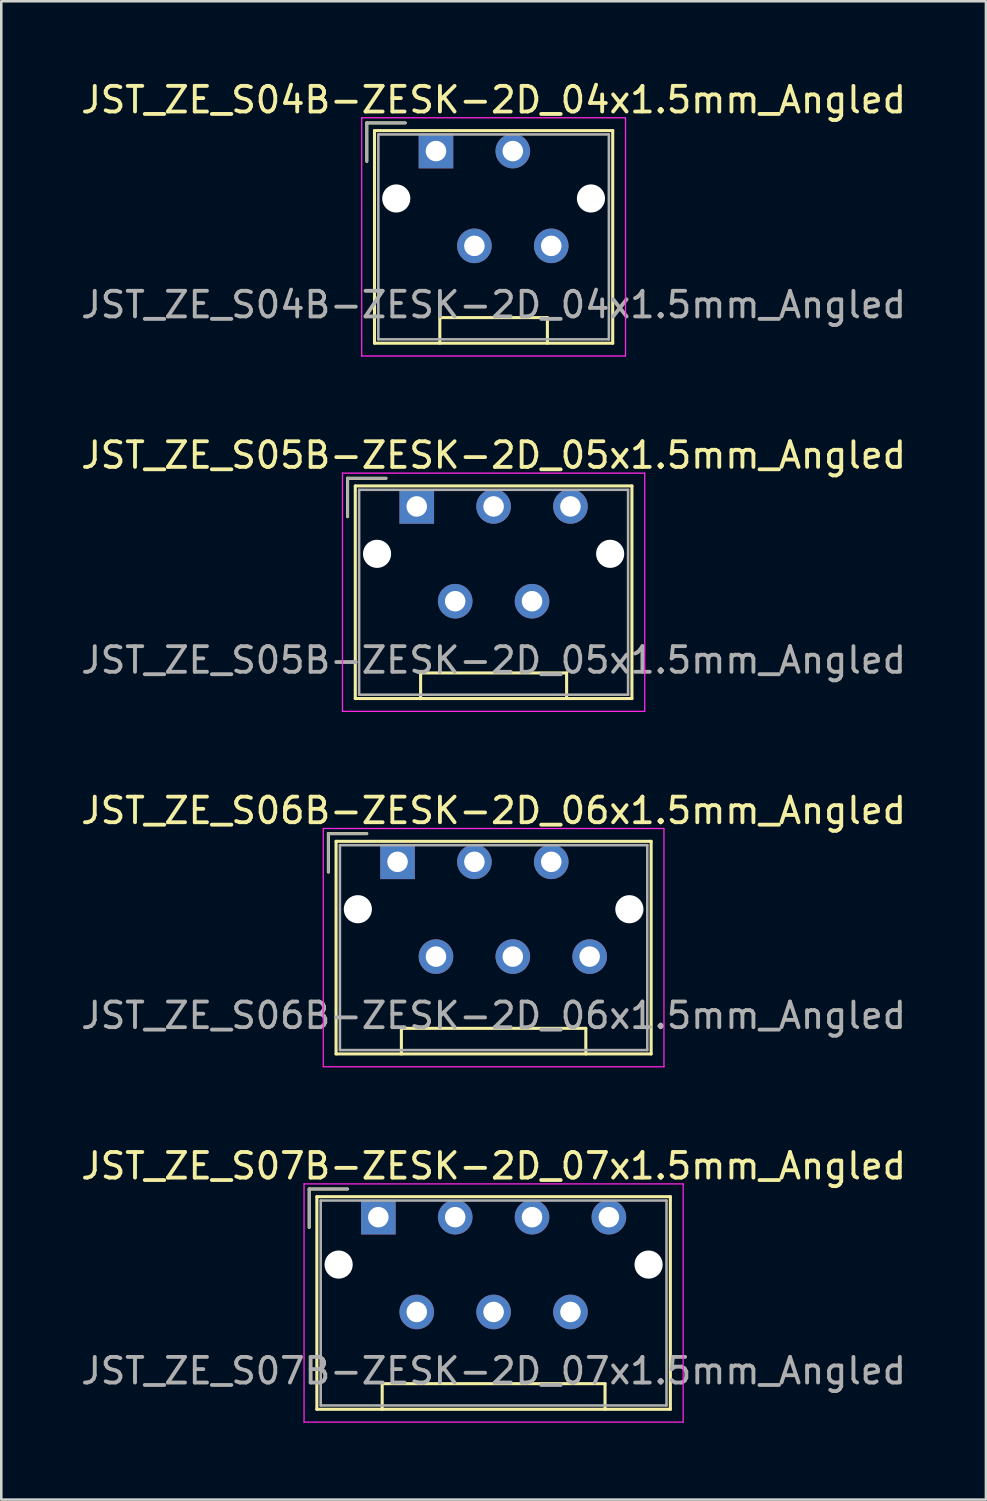
<source format=kicad_pcb>
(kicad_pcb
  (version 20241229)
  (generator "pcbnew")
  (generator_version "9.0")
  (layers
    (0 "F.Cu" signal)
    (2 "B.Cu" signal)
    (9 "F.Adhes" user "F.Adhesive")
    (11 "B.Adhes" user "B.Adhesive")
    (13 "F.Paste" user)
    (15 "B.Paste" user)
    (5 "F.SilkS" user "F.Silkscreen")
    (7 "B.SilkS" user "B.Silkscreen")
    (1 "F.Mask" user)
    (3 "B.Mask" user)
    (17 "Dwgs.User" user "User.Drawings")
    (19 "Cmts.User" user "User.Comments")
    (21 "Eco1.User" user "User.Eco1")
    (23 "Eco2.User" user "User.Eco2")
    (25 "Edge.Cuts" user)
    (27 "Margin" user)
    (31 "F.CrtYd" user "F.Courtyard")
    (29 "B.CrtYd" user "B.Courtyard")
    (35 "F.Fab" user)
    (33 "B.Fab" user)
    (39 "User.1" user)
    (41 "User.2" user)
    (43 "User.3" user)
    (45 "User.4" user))
  (footprint "JST_ZE_S06B-ZESK-2D_06x1.5mm_Angled"
    (layer "F.Cu")
    (at 12.47 30.595)
    (property "Reference" "JST_ZE_S06B-ZESK-2D_06x1.5mm_Angled" (at 3.75 -2 0) (layer "F.SilkS") (effects (font (size 1 1) (thickness 0.15))))
    (attr through_hole)
    (fp_line (start -2.7 -1.1) (end -1.2 -1.1) (stroke (width 0.12) (type solid)) (layer "F.SilkS"))
    (fp_line (start -2.7 0.4) (end -2.7 -1.1) (stroke (width 0.12) (type solid)) (layer "F.SilkS"))
    (fp_line (start -2.4 -0.8) (end -2.4 7.5) (stroke (width 0.12) (type solid)) (layer "F.SilkS"))
    (fp_line (start -2.4 7.5) (end 9.9 7.5) (stroke (width 0.12) (type solid)) (layer "F.SilkS"))
    (fp_line (start 0.15 6.5) (end 7.35 6.5) (stroke (width 0.12) (type solid)) (layer "F.SilkS"))
    (fp_line (start 0.15 7.5) (end 0.15 6.5) (stroke (width 0.12) (type solid)) (layer "F.SilkS"))
    (fp_line (start 7.35 6.5) (end 7.35 7.5) (stroke (width 0.12) (type solid)) (layer "F.SilkS"))
    (fp_line (start 9.9 -0.8) (end -2.4 -0.8) (stroke (width 0.12) (type solid)) (layer "F.SilkS"))
    (fp_line (start 9.9 7.5) (end 9.9 -0.8) (stroke (width 0.12) (type solid)) (layer "F.SilkS"))
    (fp_line (start -2.9 -1.3) (end -2.9 8) (stroke (width 0.05) (type solid)) (layer "F.CrtYd"))
    (fp_line (start -2.9 8) (end 10.4 8) (stroke (width 0.05) (type solid)) (layer "F.CrtYd"))
    (fp_line (start 10.4 -1.3) (end -2.9 -1.3) (stroke (width 0.05) (type solid)) (layer "F.CrtYd"))
    (fp_line (start 10.4 8) (end 10.4 -1.3) (stroke (width 0.05) (type solid)) (layer "F.CrtYd"))
    (fp_line (start -2.7 -1.1) (end -1.2 -1.1) (stroke (width 0.1) (type solid)) (layer "F.Fab"))
    (fp_line (start -2.7 0.4) (end -2.7 -1.1) (stroke (width 0.1) (type solid)) (layer "F.Fab"))
    (fp_line (start -2.25 -0.65) (end -2.25 7.35) (stroke (width 0.1) (type solid)) (layer "F.Fab"))
    (fp_line (start -2.25 7.35) (end 9.75 7.35) (stroke (width 0.1) (type solid)) (layer "F.Fab"))
    (fp_line (start 9.75 -0.65) (end -2.25 -0.65) (stroke (width 0.1) (type solid)) (layer "F.Fab"))
    (fp_line (start 9.75 7.35) (end 9.75 -0.65) (stroke (width 0.1) (type solid)) (layer "F.Fab"))
    (fp_text user "${REFERENCE}" (at 3.75 6 0) (layer "F.Fab") (effects (font (size 1 1) (thickness 0.15))))
    (pad "" np_thru_hole circle (at -1.55 1.85) (size 1.1 1.1) (drill 1.1) (layers "*.Cu"))
    (pad "" np_thru_hole circle (at 9.05 1.85) (size 1.1 1.1) (drill 1.1) (layers "*.Cu"))
    (pad "1" thru_hole rect (at 0 0) (size 1.35 1.35) (drill 0.8) (layers "*.Cu" "*.Mask"))
    (pad "2" thru_hole circle (at 1.5 3.7) (size 1.35 1.35) (drill 0.8) (layers "*.Cu" "*.Mask"))
    (pad "3" thru_hole circle (at 3 0) (size 1.35 1.35) (drill 0.8) (layers "*.Cu" "*.Mask"))
    (pad "4" thru_hole circle (at 4.5 3.7) (size 1.35 1.35) (drill 0.8) (layers "*.Cu" "*.Mask"))
    (pad "5" thru_hole circle (at 6 0) (size 1.35 1.35) (drill 0.8) (layers "*.Cu" "*.Mask"))
    (pad "6" thru_hole circle (at 7.5 3.7) (size 1.35 1.35) (drill 0.8) (layers "*.Cu" "*.Mask")))
  (footprint "JST_ZE_S05B-ZESK-2D_05x1.5mm_Angled"
    (layer "F.Cu")
    (at 13.22 16.721)
    (property "Reference" "JST_ZE_S05B-ZESK-2D_05x1.5mm_Angled" (at 3 -2 0) (layer "F.SilkS") (effects (font (size 1 1) (thickness 0.15))))
    (attr through_hole)
    (fp_line (start -2.7 -1.1) (end -1.2 -1.1) (stroke (width 0.12) (type solid)) (layer "F.SilkS"))
    (fp_line (start -2.7 0.4) (end -2.7 -1.1) (stroke (width 0.12) (type solid)) (layer "F.SilkS"))
    (fp_line (start -2.4 -0.8) (end -2.4 7.5) (stroke (width 0.12) (type solid)) (layer "F.SilkS"))
    (fp_line (start -2.4 7.5) (end 8.4 7.5) (stroke (width 0.12) (type solid)) (layer "F.SilkS"))
    (fp_line (start 0.15 6.5) (end 5.85 6.5) (stroke (width 0.12) (type solid)) (layer "F.SilkS"))
    (fp_line (start 0.15 7.5) (end 0.15 6.5) (stroke (width 0.12) (type solid)) (layer "F.SilkS"))
    (fp_line (start 5.85 6.5) (end 5.85 7.5) (stroke (width 0.12) (type solid)) (layer "F.SilkS"))
    (fp_line (start 8.4 -0.8) (end -2.4 -0.8) (stroke (width 0.12) (type solid)) (layer "F.SilkS"))
    (fp_line (start 8.4 7.5) (end 8.4 -0.8) (stroke (width 0.12) (type solid)) (layer "F.SilkS"))
    (fp_line (start -2.9 -1.3) (end -2.9 8) (stroke (width 0.05) (type solid)) (layer "F.CrtYd"))
    (fp_line (start -2.9 8) (end 8.9 8) (stroke (width 0.05) (type solid)) (layer "F.CrtYd"))
    (fp_line (start 8.9 -1.3) (end -2.9 -1.3) (stroke (width 0.05) (type solid)) (layer "F.CrtYd"))
    (fp_line (start 8.9 8) (end 8.9 -1.3) (stroke (width 0.05) (type solid)) (layer "F.CrtYd"))
    (fp_line (start -2.7 -1.1) (end -1.2 -1.1) (stroke (width 0.1) (type solid)) (layer "F.Fab"))
    (fp_line (start -2.7 0.4) (end -2.7 -1.1) (stroke (width 0.1) (type solid)) (layer "F.Fab"))
    (fp_line (start -2.25 -0.65) (end -2.25 7.35) (stroke (width 0.1) (type solid)) (layer "F.Fab"))
    (fp_line (start -2.25 7.35) (end 8.25 7.35) (stroke (width 0.1) (type solid)) (layer "F.Fab"))
    (fp_line (start 8.25 -0.65) (end -2.25 -0.65) (stroke (width 0.1) (type solid)) (layer "F.Fab"))
    (fp_line (start 8.25 7.35) (end 8.25 -0.65) (stroke (width 0.1) (type solid)) (layer "F.Fab"))
    (fp_text user "${REFERENCE}" (at 3 6 0) (layer "F.Fab") (effects (font (size 1 1) (thickness 0.15))))
    (pad "" np_thru_hole circle (at -1.55 1.85) (size 1.1 1.1) (drill 1.1) (layers "*.Cu"))
    (pad "" np_thru_hole circle (at 7.55 1.85) (size 1.1 1.1) (drill 1.1) (layers "*.Cu"))
    (pad "1" thru_hole rect (at 0 0) (size 1.35 1.35) (drill 0.8) (layers "*.Cu" "*.Mask"))
    (pad "2" thru_hole circle (at 1.5 3.7) (size 1.35 1.35) (drill 0.8) (layers "*.Cu" "*.Mask"))
    (pad "3" thru_hole circle (at 3 0) (size 1.35 1.35) (drill 0.8) (layers "*.Cu" "*.Mask"))
    (pad "4" thru_hole circle (at 4.5 3.7) (size 1.35 1.35) (drill 0.8) (layers "*.Cu" "*.Mask"))
    (pad "5" thru_hole circle (at 6 0) (size 1.35 1.35) (drill 0.8) (layers "*.Cu" "*.Mask")))
  (footprint "JST_ZE_S04B-ZESK-2D_04x1.5mm_Angled"
    (layer "F.Cu")
    (at 13.97 2.848)
    (property "Reference" "JST_ZE_S04B-ZESK-2D_04x1.5mm_Angled" (at 2.25 -2 0) (layer "F.SilkS") (effects (font (size 1 1) (thickness 0.15))))
    (attr through_hole)
    (fp_line (start -2.7 -1.1) (end -1.2 -1.1) (stroke (width 0.12) (type solid)) (layer "F.SilkS"))
    (fp_line (start -2.7 0.4) (end -2.7 -1.1) (stroke (width 0.12) (type solid)) (layer "F.SilkS"))
    (fp_line (start -2.4 -0.8) (end -2.4 7.5) (stroke (width 0.12) (type solid)) (layer "F.SilkS"))
    (fp_line (start -2.4 7.5) (end 6.9 7.5) (stroke (width 0.12) (type solid)) (layer "F.SilkS"))
    (fp_line (start 0.15 6.5) (end 4.35 6.5) (stroke (width 0.12) (type solid)) (layer "F.SilkS"))
    (fp_line (start 0.15 7.5) (end 0.15 6.5) (stroke (width 0.12) (type solid)) (layer "F.SilkS"))
    (fp_line (start 4.35 6.5) (end 4.35 7.5) (stroke (width 0.12) (type solid)) (layer "F.SilkS"))
    (fp_line (start 6.9 -0.8) (end -2.4 -0.8) (stroke (width 0.12) (type solid)) (layer "F.SilkS"))
    (fp_line (start 6.9 7.5) (end 6.9 -0.8) (stroke (width 0.12) (type solid)) (layer "F.SilkS"))
    (fp_line (start -2.9 -1.3) (end -2.9 8) (stroke (width 0.05) (type solid)) (layer "F.CrtYd"))
    (fp_line (start -2.9 8) (end 7.4 8) (stroke (width 0.05) (type solid)) (layer "F.CrtYd"))
    (fp_line (start 7.4 -1.3) (end -2.9 -1.3) (stroke (width 0.05) (type solid)) (layer "F.CrtYd"))
    (fp_line (start 7.4 8) (end 7.4 -1.3) (stroke (width 0.05) (type solid)) (layer "F.CrtYd"))
    (fp_line (start -2.7 -1.1) (end -1.2 -1.1) (stroke (width 0.1) (type solid)) (layer "F.Fab"))
    (fp_line (start -2.7 0.4) (end -2.7 -1.1) (stroke (width 0.1) (type solid)) (layer "F.Fab"))
    (fp_line (start -2.25 -0.65) (end -2.25 7.35) (stroke (width 0.1) (type solid)) (layer "F.Fab"))
    (fp_line (start -2.25 7.35) (end 6.75 7.35) (stroke (width 0.1) (type solid)) (layer "F.Fab"))
    (fp_line (start 6.75 -0.65) (end -2.25 -0.65) (stroke (width 0.1) (type solid)) (layer "F.Fab"))
    (fp_line (start 6.75 7.35) (end 6.75 -0.65) (stroke (width 0.1) (type solid)) (layer "F.Fab"))
    (fp_text user "${REFERENCE}" (at 2.25 6 0) (layer "F.Fab") (effects (font (size 1 1) (thickness 0.15))))
    (pad "" np_thru_hole circle (at -1.55 1.85) (size 1.1 1.1) (drill 1.1) (layers "*.Cu"))
    (pad "" np_thru_hole circle (at 6.05 1.85) (size 1.1 1.1) (drill 1.1) (layers "*.Cu"))
    (pad "1" thru_hole rect (at 0 0) (size 1.35 1.35) (drill 0.8) (layers "*.Cu" "*.Mask"))
    (pad "2" thru_hole circle (at 1.5 3.7) (size 1.35 1.35) (drill 0.8) (layers "*.Cu" "*.Mask"))
    (pad "3" thru_hole circle (at 3 0) (size 1.35 1.35) (drill 0.8) (layers "*.Cu" "*.Mask"))
    (pad "4" thru_hole circle (at 4.5 3.7) (size 1.35 1.35) (drill 0.8) (layers "*.Cu" "*.Mask")))
  (footprint "JST_ZE_S07B-ZESK-2D_07x1.5mm_Angled"
    (layer "F.Cu")
    (at 11.72 44.468)
    (property "Reference" "JST_ZE_S07B-ZESK-2D_07x1.5mm_Angled" (at 4.5 -2 0) (layer "F.SilkS") (effects (font (size 1 1) (thickness 0.15))))
    (attr through_hole)
    (fp_line (start -2.7 -1.1) (end -1.2 -1.1) (stroke (width 0.12) (type solid)) (layer "F.SilkS"))
    (fp_line (start -2.7 0.4) (end -2.7 -1.1) (stroke (width 0.12) (type solid)) (layer "F.SilkS"))
    (fp_line (start -2.4 -0.8) (end -2.4 7.5) (stroke (width 0.12) (type solid)) (layer "F.SilkS"))
    (fp_line (start -2.4 7.5) (end 11.4 7.5) (stroke (width 0.12) (type solid)) (layer "F.SilkS"))
    (fp_line (start 0.15 6.5) (end 8.85 6.5) (stroke (width 0.12) (type solid)) (layer "F.SilkS"))
    (fp_line (start 0.15 7.5) (end 0.15 6.5) (stroke (width 0.12) (type solid)) (layer "F.SilkS"))
    (fp_line (start 8.85 6.5) (end 8.85 7.5) (stroke (width 0.12) (type solid)) (layer "F.SilkS"))
    (fp_line (start 11.4 -0.8) (end -2.4 -0.8) (stroke (width 0.12) (type solid)) (layer "F.SilkS"))
    (fp_line (start 11.4 7.5) (end 11.4 -0.8) (stroke (width 0.12) (type solid)) (layer "F.SilkS"))
    (fp_line (start -2.9 -1.3) (end -2.9 8) (stroke (width 0.05) (type solid)) (layer "F.CrtYd"))
    (fp_line (start -2.9 8) (end 11.9 8) (stroke (width 0.05) (type solid)) (layer "F.CrtYd"))
    (fp_line (start 11.9 -1.3) (end -2.9 -1.3) (stroke (width 0.05) (type solid)) (layer "F.CrtYd"))
    (fp_line (start 11.9 8) (end 11.9 -1.3) (stroke (width 0.05) (type solid)) (layer "F.CrtYd"))
    (fp_line (start -2.7 -1.1) (end -1.2 -1.1) (stroke (width 0.1) (type solid)) (layer "F.Fab"))
    (fp_line (start -2.7 0.4) (end -2.7 -1.1) (stroke (width 0.1) (type solid)) (layer "F.Fab"))
    (fp_line (start -2.25 -0.65) (end -2.25 7.35) (stroke (width 0.1) (type solid)) (layer "F.Fab"))
    (fp_line (start -2.25 7.35) (end 11.25 7.35) (stroke (width 0.1) (type solid)) (layer "F.Fab"))
    (fp_line (start 11.25 -0.65) (end -2.25 -0.65) (stroke (width 0.1) (type solid)) (layer "F.Fab"))
    (fp_line (start 11.25 7.35) (end 11.25 -0.65) (stroke (width 0.1) (type solid)) (layer "F.Fab"))
    (fp_text user "${REFERENCE}" (at 4.5 6 0) (layer "F.Fab") (effects (font (size 1 1) (thickness 0.15))))
    (pad "" np_thru_hole circle (at -1.55 1.85) (size 1.1 1.1) (drill 1.1) (layers "*.Cu"))
    (pad "" np_thru_hole circle (at 10.55 1.85) (size 1.1 1.1) (drill 1.1) (layers "*.Cu"))
    (pad "1" thru_hole rect (at 0 0) (size 1.35 1.35) (drill 0.8) (layers "*.Cu" "*.Mask"))
    (pad "2" thru_hole circle (at 1.5 3.7) (size 1.35 1.35) (drill 0.8) (layers "*.Cu" "*.Mask"))
    (pad "3" thru_hole circle (at 3 0) (size 1.35 1.35) (drill 0.8) (layers "*.Cu" "*.Mask"))
    (pad "4" thru_hole circle (at 4.5 3.7) (size 1.35 1.35) (drill 0.8) (layers "*.Cu" "*.Mask"))
    (pad "5" thru_hole circle (at 6 0) (size 1.35 1.35) (drill 0.8) (layers "*.Cu" "*.Mask"))
    (pad "6" thru_hole circle (at 7.5 3.7) (size 1.35 1.35) (drill 0.8) (layers "*.Cu" "*.Mask"))
    (pad "7" thru_hole circle (at 9 0) (size 1.35 1.35) (drill 0.8) (layers "*.Cu" "*.Mask")))
  (gr_rect
    (start -3 -3)
    (end 35.44 55.493)
    (stroke (width 0.1) (type default))
    (fill no)
    (layer "Edge.Cuts")))
</source>
